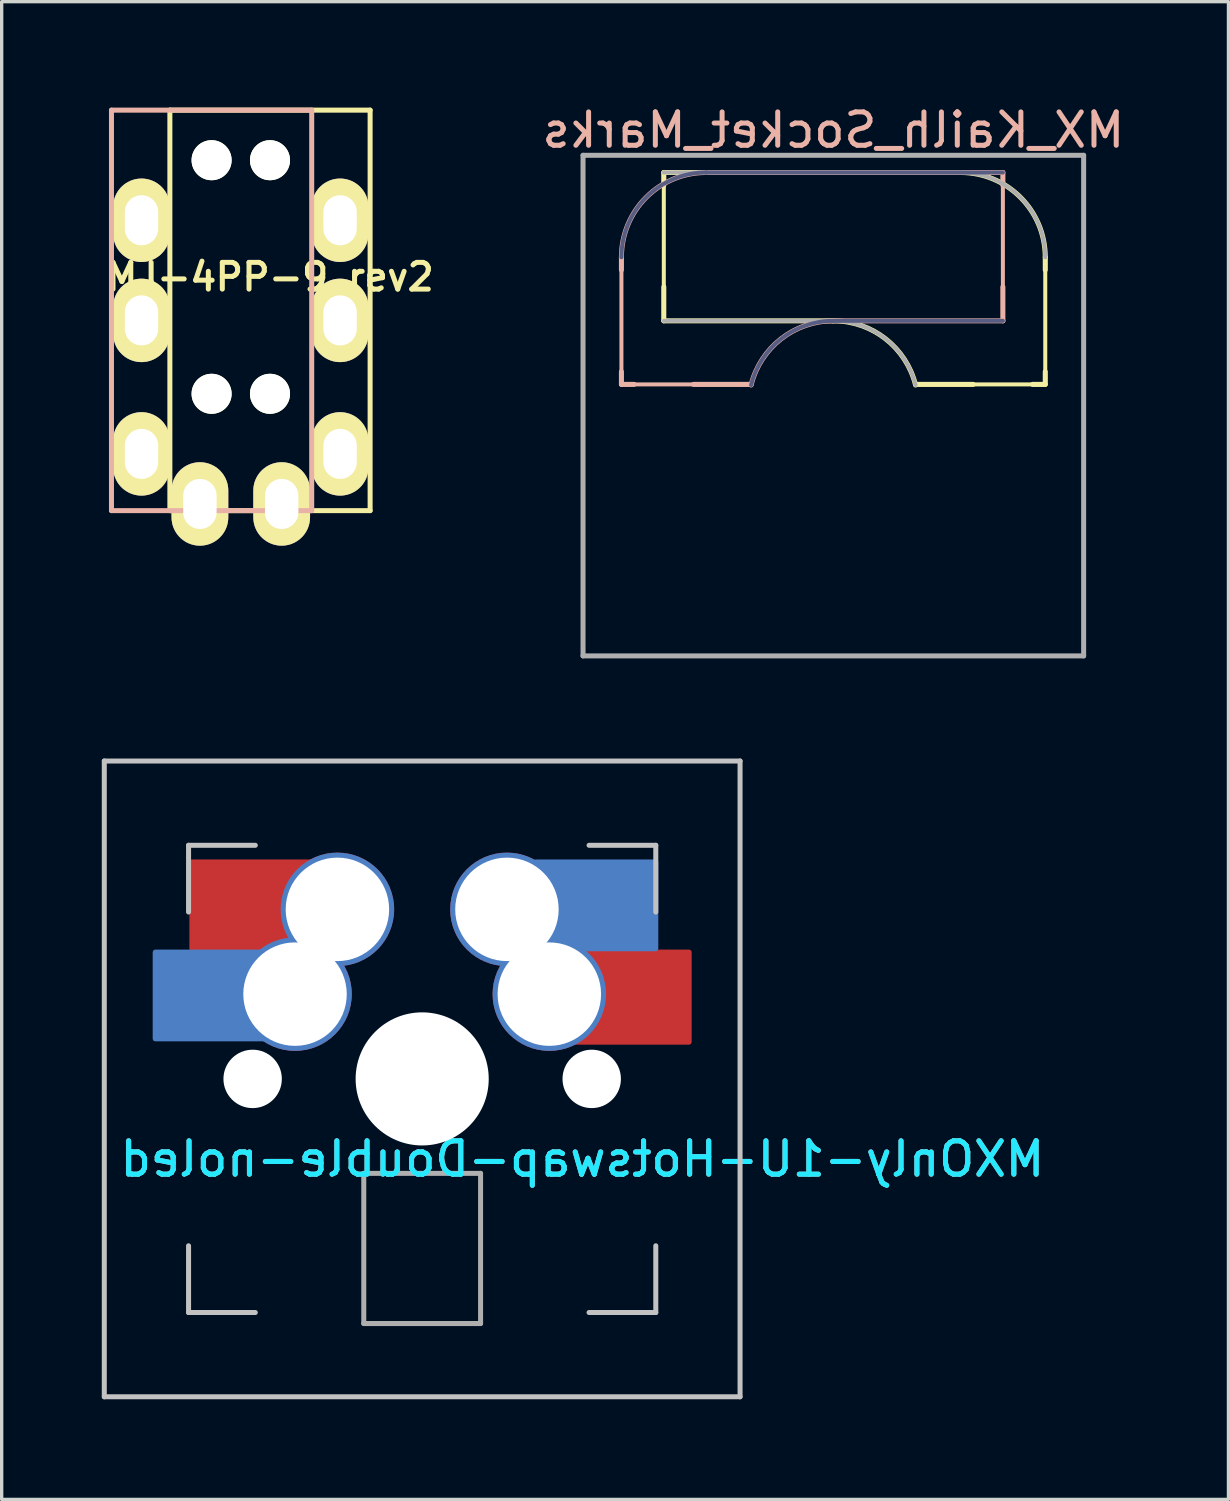
<source format=kicad_pcb>
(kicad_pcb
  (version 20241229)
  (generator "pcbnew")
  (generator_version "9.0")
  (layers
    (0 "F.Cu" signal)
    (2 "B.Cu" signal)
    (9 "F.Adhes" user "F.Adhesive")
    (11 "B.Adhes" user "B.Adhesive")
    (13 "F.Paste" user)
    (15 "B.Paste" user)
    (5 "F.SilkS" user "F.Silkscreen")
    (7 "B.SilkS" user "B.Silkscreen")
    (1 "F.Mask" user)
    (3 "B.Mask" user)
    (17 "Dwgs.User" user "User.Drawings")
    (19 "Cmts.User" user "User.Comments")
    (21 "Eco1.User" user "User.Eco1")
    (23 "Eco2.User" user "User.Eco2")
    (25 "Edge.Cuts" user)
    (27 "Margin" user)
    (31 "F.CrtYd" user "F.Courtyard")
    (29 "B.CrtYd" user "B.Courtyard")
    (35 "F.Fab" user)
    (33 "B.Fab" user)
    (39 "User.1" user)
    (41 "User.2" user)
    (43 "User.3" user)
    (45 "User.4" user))
  (footprint "MX_Kailh_Socket_Marks"
    (layer "F.Cu")
    (at 21.92 9.103)
    (property "Reference" "MX_Kailh_Socket_Marks" (at 0 -8.255 0) (layer "B.SilkS") (effects (font (size 1 1) (thickness 0.15)) (justify mirror)))
    (attr smd)
    (fp_line (start -5.08 -6.985) (end -5.08 -6.604) (stroke (width 0.15) (type solid)) (layer "F.SilkS"))
    (fp_line (start -5.08 -6.985) (end -5.08 -2.54) (stroke (width 0.12) (type solid)) (layer "F.SilkS"))
    (fp_line (start -5.08 -3.556) (end -5.08 -2.54) (stroke (width 0.15) (type solid)) (layer "F.SilkS"))
    (fp_line (start -5.08 -2.54) (end 0 -2.54) (stroke (width 0.15) (type solid)) (layer "F.SilkS"))
    (fp_line (start 2.464 -0.635) (end 4.191 -0.635) (stroke (width 0.15) (type solid)) (layer "F.SilkS"))
    (fp_line (start 3.81 -6.985) (end -5.08 -6.985) (stroke (width 0.15) (type solid)) (layer "F.SilkS"))
    (fp_line (start 5.969 -0.635) (end 6.35 -0.635) (stroke (width 0.15) (type solid)) (layer "F.SilkS"))
    (fp_line (start 6.35 -4.445) (end 6.35 -4.064) (stroke (width 0.15) (type solid)) (layer "F.SilkS"))
    (fp_line (start 6.35 -1.016) (end 6.35 -0.635) (stroke (width 0.15) (type solid)) (layer "F.SilkS"))
    (fp_line (start 6.35 -0.635) (end 2.54 -0.635) (stroke (width 0.12) (type solid)) (layer "F.SilkS"))
    (fp_line (start 6.35 -0.635) (end 6.35 -4.445) (stroke (width 0.12) (type solid)) (layer "F.SilkS"))
    (fp_arc (start 0 -2.54) (mid 1.563147 -2.002042) (end 2.464162 -0.61604) (stroke (width 0.15) (type solid)) (layer "F.SilkS"))
    (fp_arc (start 3.81 -6.985) (mid 5.606051 -6.241051) (end 6.35 -4.445) (stroke (width 0.15) (type solid)) (layer "F.SilkS"))
    (fp_line (start -6.35 -4.445) (end -6.35 -4.064) (stroke (width 0.15) (type solid)) (layer "B.SilkS"))
    (fp_line (start -6.35 -1.016) (end -6.35 -0.635) (stroke (width 0.15) (type solid)) (layer "B.SilkS"))
    (fp_line (start -6.35 -0.635) (end -6.35 -4.445) (stroke (width 0.12) (type solid)) (layer "B.SilkS"))
    (fp_line (start -6.35 -0.635) (end -2.54 -0.635) (stroke (width 0.12) (type solid)) (layer "B.SilkS"))
    (fp_line (start -5.969 -0.635) (end -6.35 -0.635) (stroke (width 0.15) (type solid)) (layer "B.SilkS"))
    (fp_line (start -3.81 -6.985) (end 5.08 -6.985) (stroke (width 0.15) (type solid)) (layer "B.SilkS"))
    (fp_line (start -2.464 -0.635) (end -4.191 -0.635) (stroke (width 0.15) (type solid)) (layer "B.SilkS"))
    (fp_line (start 5.08 -6.985) (end 5.08 -6.604) (stroke (width 0.15) (type solid)) (layer "B.SilkS"))
    (fp_line (start 5.08 -6.985) (end 5.08 -2.54) (stroke (width 0.12) (type solid)) (layer "B.SilkS"))
    (fp_line (start 5.08 -3.556) (end 5.08 -2.54) (stroke (width 0.15) (type solid)) (layer "B.SilkS"))
    (fp_line (start 5.08 -2.54) (end 0 -2.54) (stroke (width 0.15) (type solid)) (layer "B.SilkS"))
    (fp_arc (start -6.35 -4.445) (mid -5.606051 -6.241051) (end -3.81 -6.985) (stroke (width 0.15) (type solid)) (layer "B.SilkS"))
    (fp_arc (start -2.464162 -0.61604) (mid -1.563147 -2.002042) (end 0 -2.54) (stroke (width 0.15) (type solid)) (layer "B.SilkS"))
    (fp_line (start -6.9 6.9) (end -6.9 -6.9) (stroke (width 0.15) (type solid)) (layer "Eco2.User"))
    (fp_line (start -6.9 6.9) (end 6.9 6.9) (stroke (width 0.15) (type solid)) (layer "Eco2.User"))
    (fp_line (start 6.9 -6.9) (end -6.9 -6.9) (stroke (width 0.15) (type solid)) (layer "Eco2.User"))
    (fp_line (start 6.9 -6.9) (end 6.9 6.9) (stroke (width 0.15) (type solid)) (layer "Eco2.User"))
    (fp_line (start -3.81 -6.985) (end 5.08 -6.985) (stroke (width 0.12) (type solid)) (layer "B.Fab"))
    (fp_line (start 5.08 -2.54) (end 0 -2.54) (stroke (width 0.12) (type solid)) (layer "B.Fab"))
    (fp_arc (start -6.35 -4.445) (mid -5.606051 -6.241051) (end -3.81 -6.985) (stroke (width 0.12) (type solid)) (layer "B.Fab"))
    (fp_arc (start -2.464162 -0.61604) (mid -1.563147 -2.002042) (end 0 -2.54) (stroke (width 0.12) (type solid)) (layer "B.Fab"))
    (fp_line (start -7.5 -7.5) (end 7.5 -7.5) (stroke (width 0.15) (type solid)) (layer "F.Fab"))
    (fp_line (start -7.5 7.5) (end -7.5 -7.5) (stroke (width 0.15) (type solid)) (layer "F.Fab"))
    (fp_line (start -5.08 -2.54) (end 0 -2.54) (stroke (width 0.12) (type solid)) (layer "F.Fab"))
    (fp_line (start 3.81 -6.985) (end -5.08 -6.985) (stroke (width 0.12) (type solid)) (layer "F.Fab"))
    (fp_line (start 7.5 -7.5) (end 7.5 7.5) (stroke (width 0.15) (type solid)) (layer "F.Fab"))
    (fp_line (start 7.5 7.5) (end -7.5 7.5) (stroke (width 0.15) (type solid)) (layer "F.Fab"))
    (fp_arc (start 0 -2.54) (mid 1.563147 -2.002042) (end 2.464162 -0.61604) (stroke (width 0.12) (type solid)) (layer "F.Fab"))
    (fp_arc (start 3.81 -6.985) (mid 5.606051 -6.241051) (end 6.35 -4.445) (stroke (width 0.12) (type solid)) (layer "F.Fab")))
  (footprint "MXOnly-1U-Hotswap-Double-noled"
    (layer "F.Cu")
    (at 9.6 29.278)
    (property "Reference" "MXOnly-1U-Hotswap-Double-noled" (at 4.8 2.4 0) (layer "B.CrtYd") (effects (font (size 1 1) (thickness 0.15)) (justify mirror)))
    (attr smd)
    (fp_line (start -9.525 -9.525) (end 9.525 -9.525) (stroke (width 0.15) (type solid)) (layer "Dwgs.User"))
    (fp_line (start -9.525 9.525) (end -9.525 -9.525) (stroke (width 0.15) (type solid)) (layer "Dwgs.User"))
    (fp_line (start -7 -7) (end -7 -5) (stroke (width 0.15) (type solid)) (layer "Dwgs.User"))
    (fp_line (start -7 5) (end -7 7) (stroke (width 0.15) (type solid)) (layer "Dwgs.User"))
    (fp_line (start -7 7) (end -5 7) (stroke (width 0.15) (type solid)) (layer "Dwgs.User"))
    (fp_line (start -5 -7) (end -7 -7) (stroke (width 0.15) (type solid)) (layer "Dwgs.User"))
    (fp_line (start 5 -7) (end 7 -7) (stroke (width 0.15) (type solid)) (layer "Dwgs.User"))
    (fp_line (start 5 7) (end 7 7) (stroke (width 0.15) (type solid)) (layer "Dwgs.User"))
    (fp_line (start 7 -7) (end 7 -5) (stroke (width 0.15) (type solid)) (layer "Dwgs.User"))
    (fp_line (start 7 7) (end 7 5) (stroke (width 0.15) (type solid)) (layer "Dwgs.User"))
    (fp_line (start 9.525 -9.525) (end 9.525 9.525) (stroke (width 0.15) (type solid)) (layer "Dwgs.User"))
    (fp_line (start 9.525 9.525) (end -9.525 9.525) (stroke (width 0.15) (type solid)) (layer "Dwgs.User"))
    (fp_line (start -1.75 2.83) (end -1.75 7.33) (stroke (width 0.15) (type solid)) (layer "F.Fab"))
    (fp_line (start -1.75 2.83) (end 1.75 2.83) (stroke (width 0.15) (type solid)) (layer "F.Fab"))
    (fp_line (start 1.75 2.83) (end 1.75 7.33) (stroke (width 0.15) (type solid)) (layer "F.Fab"))
    (fp_line (start 1.75 7.33) (end -1.75 7.33) (stroke (width 0.15) (type solid)) (layer "F.Fab"))
    (fp_text user "${REFERENCE}" (at 4.8 2.4 0) (layer "B.SilkS") (effects (font (size 1 1) (thickness 0.15)) (justify mirror)))
    (pad "" np_thru_hole circle (at -5.08 0 48.1) (size 1.75 1.75) (drill 1.75) (layers "*.Cu" "*.Mask"))
    (pad "" thru_hole circle (at -3.81 -2.54) (size 3.4 3.4) (drill 3.1) (layers "*.Cu" "*.Mask"))
    (pad "" thru_hole circle (at -2.54 -5.08) (size 3.4 3.4) (drill 3.1) (layers "*.Cu" "*.Mask"))
    (pad "" np_thru_hole circle (at 0 0) (size 3.988 3.988) (drill 3.988) (layers "*.Cu" "*.Mask"))
    (pad "" thru_hole circle (at 2.54 -5.08) (size 3.4 3.4) (drill 3.1) (layers "*.Cu" "*.Mask"))
    (pad "" thru_hole circle (at 3.81 -2.54) (size 3.4 3.4) (drill 3.1) (layers "*.Cu" "*.Mask"))
    (pad "" np_thru_hole circle (at 5.08 0 48.1) (size 1.75 1.75) (drill 1.75) (layers "*.Cu" "*.Mask"))
    (pad "1" smd custom (at -7 -2.5) (size 2 2) (layers "B.Cu" "B.Mask" "B.Paste") (options (anchor rect)) (primitives (gr_poly (pts (xy -1 -1.3) (xy 2.2 -1.3) (xy 1.7 -0.9) (xy 1.6 0) (xy 1.7 0.8) (xy 2 1.1) (xy 2.4 1.3) (xy -1 1.3)) (width 0.15) (fill yes))))
    (pad "1" smd custom (at -5.9 -5.2) (size 2 2) (layers "F.Cu" "F.Mask" "F.Paste") (options (anchor rect)) (primitives (gr_poly (pts (xy -1 1.3) (xy 1.3 1.3) (xy 2 1) (xy 1.7 0.2) (xy 1.9 -0.7) (xy 2.2 -1.1) (xy 2.6 -1.3) (xy -1 -1.3)) (width 0.15) (fill yes))))
    (pad "1" thru_hole custom (at -2.5 -3.5) (size 0.1 0.1) (drill 0.01) (layers "*.Cu" "*.Mask") (options (anchor circle)) (primitives (gr_arc (start -1.279485 -0.599349) (mid 0.630444 -3.011259) (end 0 0) (width 0.15)) (gr_arc (start -0.067927 0.016096) (mid -2.007721 2.355308) (end -1.3 -0.6) (width 0.15))))
    (pad "2" smd custom (at 6 -5.2 180) (size 1.8 2) (layers "B.Cu" "B.Mask" "B.Paste") (options (anchor rect)) (primitives (gr_poly (pts (xy -1 -1.3) (xy 1.3 -1.3) (xy 2 -1) (xy 1.7 -0.2) (xy 1.9 0.7) (xy 2.2 1.1) (xy 2.6 1.3) (xy -1 1.3)) (width 0.15) (fill yes))))
    (pad "2" smd custom (at 6.8 -2.4) (size 2 2) (layers "F.Cu" "F.Mask" "F.Paste") (options (anchor rect)) (primitives (gr_poly (pts (xy 1.2 -1.4) (xy -1.9 -1.4) (xy -1.5 -0.9) (xy -1.4 0) (xy -1.6 0.8) (xy -1.8 1.1) (xy -2.2 1.3) (xy 1.2 1.3)) (width 0.15) (fill yes))))
    (pad "3" thru_hole custom (at 2.5 -3.5 180) (size 0.1 0.1) (drill 0.01) (layers "*.Cu" "*.Mask") (options (anchor circle)) (primitives (gr_arc (start 0 0) (mid 0.630445 3.01126) (end -1.279485 0.599349) (width 0.15)) (gr_arc (start -1.3 0.6) (mid -2.007721 -2.355308) (end -0.067927 -0.016096) (width 0.15)))))
  (footprint "MJ-4PP-9_rev2"
    (layer "F.Cu")
    (at 5.04 0.25)
    (property "Reference" "MJ-4PP-9_rev2" (at 0 5 0) (layer "F.SilkS") (effects (font (size 0.8 0.8) (thickness 0.15))))
    (attr through_hole)
    (fp_line (start -3 0) (end 3 0) (stroke (width 0.15) (type solid)) (layer "F.SilkS"))
    (fp_line (start -3 12) (end -3 0) (stroke (width 0.15) (type solid)) (layer "F.SilkS"))
    (fp_line (start 3 0) (end 3 12) (stroke (width 0.15) (type solid)) (layer "F.SilkS"))
    (fp_line (start 3 12) (end -3 12) (stroke (width 0.15) (type solid)) (layer "F.SilkS"))
    (fp_line (start -4.75 0) (end 1.25 0) (stroke (width 0.15) (type solid)) (layer "B.SilkS"))
    (fp_line (start -4.75 12) (end -4.75 0) (stroke (width 0.15) (type solid)) (layer "B.SilkS"))
    (fp_line (start 1.25 0) (end 1.25 12) (stroke (width 0.15) (type solid)) (layer "B.SilkS"))
    (fp_line (start 1.25 12) (end -4.75 12) (stroke (width 0.15) (type solid)) (layer "B.SilkS"))
    (pad "" np_thru_hole circle (at -1.75 1.5) (size 1.2 1.2) (drill 1.2) (layers "*.Cu" "*.Mask" "F.SilkS"))
    (pad "" np_thru_hole circle (at -1.75 8.5) (size 1.2 1.2) (drill 1.2) (layers "*.Cu" "*.Mask" "F.SilkS"))
    (pad "" np_thru_hole circle (at 0 1.5) (size 1.2 1.2) (drill 1.2) (layers "*.Cu" "*.Mask" "F.SilkS"))
    (pad "" np_thru_hole circle (at 0 8.5) (size 1.2 1.2) (drill 1.2) (layers "*.Cu" "*.Mask" "F.SilkS"))
    (pad "1" thru_hole oval (at -3.85 10.3) (size 1.7 2.5) (drill oval 1 1.5) (layers "*.Cu" "*.Mask" "F.SilkS"))
    (pad "1" thru_hole oval (at 2.1 10.3) (size 1.7 2.5) (drill oval 1 1.5) (layers "*.Cu" "*.Mask" "F.SilkS"))
    (pad "2" thru_hole oval (at -3.85 6.3) (size 1.7 2.5) (drill oval 1 1.5) (layers "*.Cu" "*.Mask" "F.SilkS"))
    (pad "2" thru_hole oval (at 2.1 6.3) (size 1.7 2.5) (drill oval 1 1.5) (layers "*.Cu" "*.Mask" "F.SilkS"))
    (pad "3" thru_hole oval (at -3.85 3.3) (size 1.7 2.5) (drill oval 1 1.5) (layers "*.Cu" "*.Mask" "F.SilkS"))
    (pad "3" thru_hole oval (at 2.1 3.3) (size 1.7 2.5) (drill oval 1 1.5) (layers "*.Cu" "*.Mask" "F.SilkS"))
    (pad "4" thru_hole oval (at -2.1 11.8) (size 1.7 2.5) (drill oval 1 1.5) (layers "*.Cu" "*.Mask" "F.SilkS"))
    (pad "4" thru_hole oval (at 0.35 11.8) (size 1.7 2.5) (drill oval 1 1.5) (layers "*.Cu" "*.Mask" "F.SilkS")))
  (gr_rect
    (start -3 -3)
    (end 33.759 41.878)
    (stroke (width 0.1) (type default))
    (fill no)
    (layer "Edge.Cuts")))
</source>
